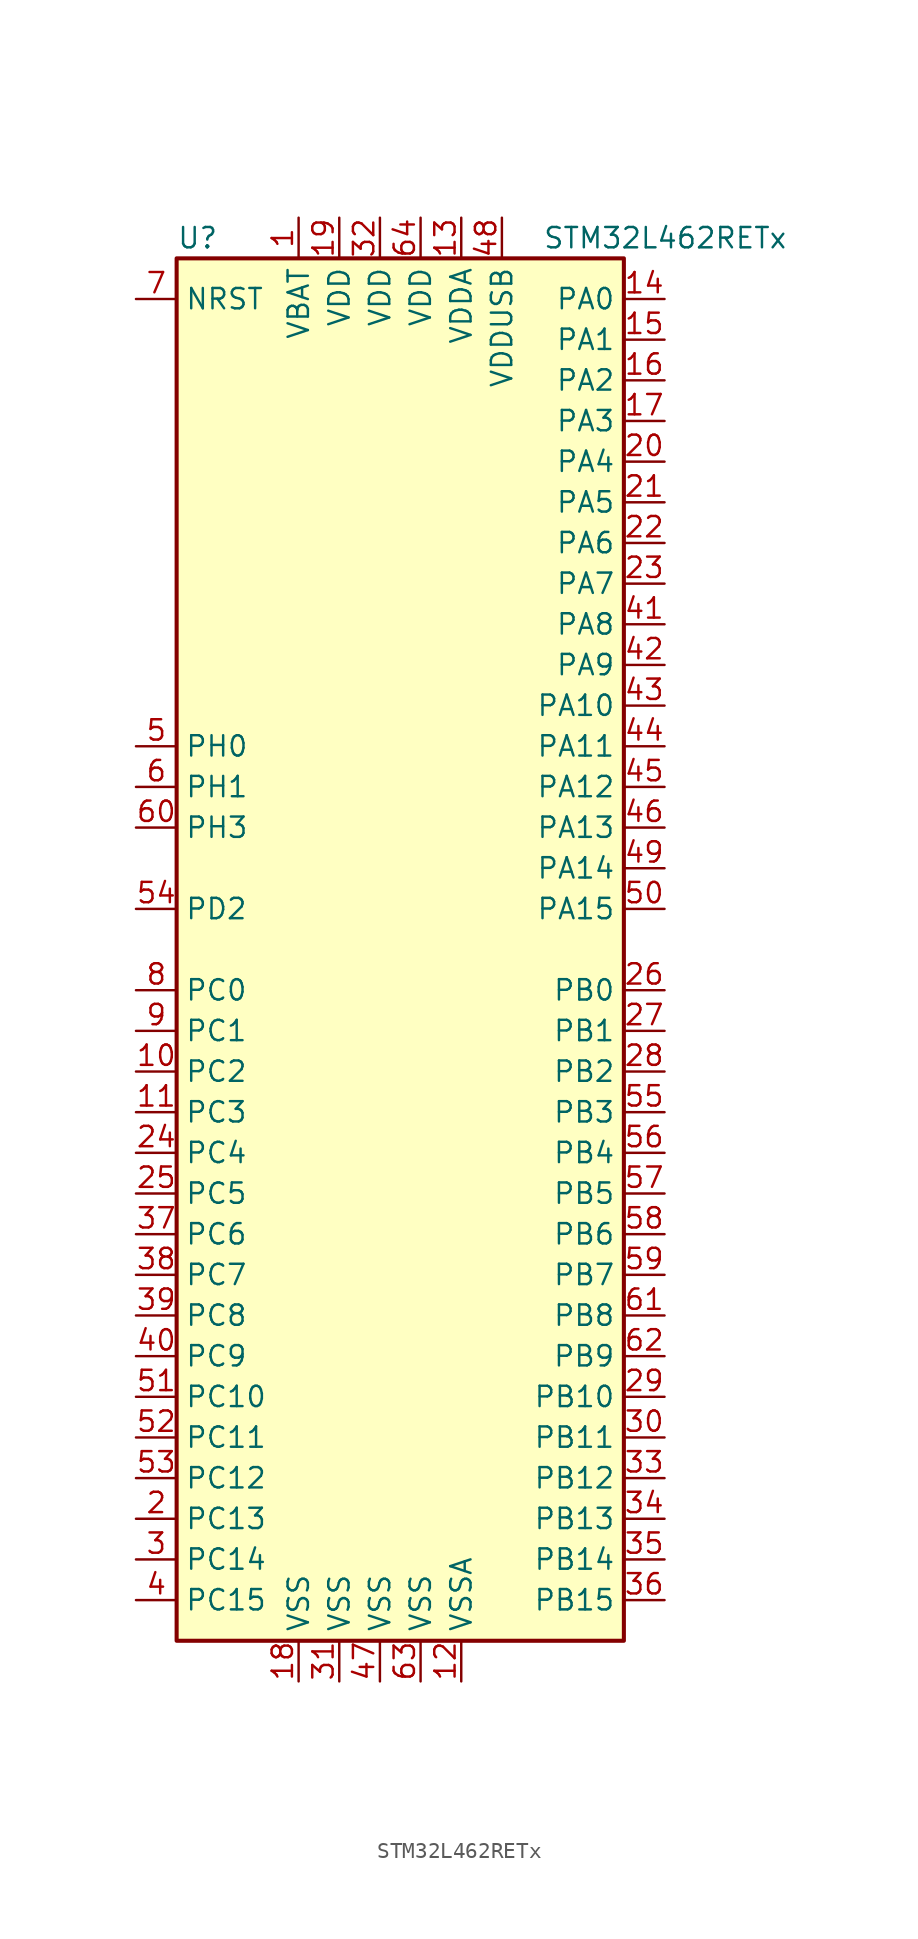
<source format=kicad_sym>
(kicad_symbol_lib
  (version 20201005)
  (generator kicad_symbol_editor)
  (symbol "MCU_ST_STM32L4:STM32L462RETx"
    (property "Reference" "U"
      (at -15.24 44.45 0)
      (effects (font (size 1.27 1.27)) (justify left)))
    (property "Value" "STM32L462RETx"
      (at 7.62 44.45 0)
      (effects (font (size 1.27 1.27)) (justify left)))
    (symbol "STM32L462RETx_0_1"
      (rectangle (start -15.24 -43.18) (end 12.7 43.18) (stroke (width 0.254)) (fill (type background))))
    (symbol "STM32L462RETx_1_1"
      (pin power_in line (at -7.62 45.72 270) (length 2.54) (name "VBAT" (effects (font (size 1.27 1.27)))) (number "1" (effects (font (size 1.27 1.27)))))
      (pin bidirectional line (at -17.78 -7.62 0) (length 2.54) (name "PC2" (effects (font (size 1.27 1.27)))) (number "10" (effects (font (size 1.27 1.27)))))
      (pin bidirectional line (at -17.78 -10.16 0) (length 2.54) (name "PC3" (effects (font (size 1.27 1.27)))) (number "11" (effects (font (size 1.27 1.27)))))
      (pin power_in line (at 2.54 -45.72 90) (length 2.54) (name "VSSA" (effects (font (size 1.27 1.27)))) (number "12" (effects (font (size 1.27 1.27)))))
      (pin power_in line (at 2.54 45.72 270) (length 2.54) (name "VDDA" (effects (font (size 1.27 1.27)))) (number "13" (effects (font (size 1.27 1.27)))))
      (pin bidirectional line (at 15.24 40.64 180) (length 2.54) (name "PA0" (effects (font (size 1.27 1.27)))) (number "14" (effects (font (size 1.27 1.27)))))
      (pin bidirectional line (at 15.24 38.1 180) (length 2.54) (name "PA1" (effects (font (size 1.27 1.27)))) (number "15" (effects (font (size 1.27 1.27)))))
      (pin bidirectional line (at 15.24 35.56 180) (length 2.54) (name "PA2" (effects (font (size 1.27 1.27)))) (number "16" (effects (font (size 1.27 1.27)))))
      (pin bidirectional line (at 15.24 33.02 180) (length 2.54) (name "PA3" (effects (font (size 1.27 1.27)))) (number "17" (effects (font (size 1.27 1.27)))))
      (pin power_in line (at -7.62 -45.72 90) (length 2.54) (name "VSS" (effects (font (size 1.27 1.27)))) (number "18" (effects (font (size 1.27 1.27)))))
      (pin power_in line (at -5.08 45.72 270) (length 2.54) (name "VDD" (effects (font (size 1.27 1.27)))) (number "19" (effects (font (size 1.27 1.27)))))
      (pin bidirectional line (at -17.78 -35.56 0) (length 2.54) (name "PC13" (effects (font (size 1.27 1.27)))) (number "2" (effects (font (size 1.27 1.27)))))
      (pin bidirectional line (at 15.24 30.48 180) (length 2.54) (name "PA4" (effects (font (size 1.27 1.27)))) (number "20" (effects (font (size 1.27 1.27)))))
      (pin bidirectional line (at 15.24 27.94 180) (length 2.54) (name "PA5" (effects (font (size 1.27 1.27)))) (number "21" (effects (font (size 1.27 1.27)))))
      (pin bidirectional line (at 15.24 25.4 180) (length 2.54) (name "PA6" (effects (font (size 1.27 1.27)))) (number "22" (effects (font (size 1.27 1.27)))))
      (pin bidirectional line (at 15.24 22.86 180) (length 2.54) (name "PA7" (effects (font (size 1.27 1.27)))) (number "23" (effects (font (size 1.27 1.27)))))
      (pin bidirectional line (at -17.78 -12.7 0) (length 2.54) (name "PC4" (effects (font (size 1.27 1.27)))) (number "24" (effects (font (size 1.27 1.27)))))
      (pin bidirectional line (at -17.78 -15.24 0) (length 2.54) (name "PC5" (effects (font (size 1.27 1.27)))) (number "25" (effects (font (size 1.27 1.27)))))
      (pin bidirectional line (at 15.24 -2.54 180) (length 2.54) (name "PB0" (effects (font (size 1.27 1.27)))) (number "26" (effects (font (size 1.27 1.27)))))
      (pin bidirectional line (at 15.24 -5.08 180) (length 2.54) (name "PB1" (effects (font (size 1.27 1.27)))) (number "27" (effects (font (size 1.27 1.27)))))
      (pin bidirectional line (at 15.24 -7.62 180) (length 2.54) (name "PB2" (effects (font (size 1.27 1.27)))) (number "28" (effects (font (size 1.27 1.27)))))
      (pin bidirectional line (at 15.24 -27.94 180) (length 2.54) (name "PB10" (effects (font (size 1.27 1.27)))) (number "29" (effects (font (size 1.27 1.27)))))
      (pin bidirectional line (at -17.78 -38.1 0) (length 2.54) (name "PC14" (effects (font (size 1.27 1.27)))) (number "3" (effects (font (size 1.27 1.27)))))
      (pin bidirectional line (at 15.24 -30.48 180) (length 2.54) (name "PB11" (effects (font (size 1.27 1.27)))) (number "30" (effects (font (size 1.27 1.27)))))
      (pin power_in line (at -5.08 -45.72 90) (length 2.54) (name "VSS" (effects (font (size 1.27 1.27)))) (number "31" (effects (font (size 1.27 1.27)))))
      (pin power_in line (at -2.54 45.72 270) (length 2.54) (name "VDD" (effects (font (size 1.27 1.27)))) (number "32" (effects (font (size 1.27 1.27)))))
      (pin bidirectional line (at 15.24 -33.02 180) (length 2.54) (name "PB12" (effects (font (size 1.27 1.27)))) (number "33" (effects (font (size 1.27 1.27)))))
      (pin bidirectional line (at 15.24 -35.56 180) (length 2.54) (name "PB13" (effects (font (size 1.27 1.27)))) (number "34" (effects (font (size 1.27 1.27)))))
      (pin bidirectional line (at 15.24 -38.1 180) (length 2.54) (name "PB14" (effects (font (size 1.27 1.27)))) (number "35" (effects (font (size 1.27 1.27)))))
      (pin bidirectional line (at 15.24 -40.64 180) (length 2.54) (name "PB15" (effects (font (size 1.27 1.27)))) (number "36" (effects (font (size 1.27 1.27)))))
      (pin bidirectional line (at -17.78 -17.78 0) (length 2.54) (name "PC6" (effects (font (size 1.27 1.27)))) (number "37" (effects (font (size 1.27 1.27)))))
      (pin bidirectional line (at -17.78 -20.32 0) (length 2.54) (name "PC7" (effects (font (size 1.27 1.27)))) (number "38" (effects (font (size 1.27 1.27)))))
      (pin bidirectional line (at -17.78 -22.86 0) (length 2.54) (name "PC8" (effects (font (size 1.27 1.27)))) (number "39" (effects (font (size 1.27 1.27)))))
      (pin bidirectional line (at -17.78 -40.64 0) (length 2.54) (name "PC15" (effects (font (size 1.27 1.27)))) (number "4" (effects (font (size 1.27 1.27)))))
      (pin bidirectional line (at -17.78 -25.4 0) (length 2.54) (name "PC9" (effects (font (size 1.27 1.27)))) (number "40" (effects (font (size 1.27 1.27)))))
      (pin bidirectional line (at 15.24 20.32 180) (length 2.54) (name "PA8" (effects (font (size 1.27 1.27)))) (number "41" (effects (font (size 1.27 1.27)))))
      (pin bidirectional line (at 15.24 17.78 180) (length 2.54) (name "PA9" (effects (font (size 1.27 1.27)))) (number "42" (effects (font (size 1.27 1.27)))))
      (pin bidirectional line (at 15.24 15.24 180) (length 2.54) (name "PA10" (effects (font (size 1.27 1.27)))) (number "43" (effects (font (size 1.27 1.27)))))
      (pin bidirectional line (at 15.24 12.7 180) (length 2.54) (name "PA11" (effects (font (size 1.27 1.27)))) (number "44" (effects (font (size 1.27 1.27)))))
      (pin bidirectional line (at 15.24 10.16 180) (length 2.54) (name "PA12" (effects (font (size 1.27 1.27)))) (number "45" (effects (font (size 1.27 1.27)))))
      (pin bidirectional line (at 15.24 7.62 180) (length 2.54) (name "PA13" (effects (font (size 1.27 1.27)))) (number "46" (effects (font (size 1.27 1.27)))))
      (pin power_in line (at -2.54 -45.72 90) (length 2.54) (name "VSS" (effects (font (size 1.27 1.27)))) (number "47" (effects (font (size 1.27 1.27)))))
      (pin power_in line (at 5.08 45.72 270) (length 2.54) (name "VDDUSB" (effects (font (size 1.27 1.27)))) (number "48" (effects (font (size 1.27 1.27)))))
      (pin bidirectional line (at 15.24 5.08 180) (length 2.54) (name "PA14" (effects (font (size 1.27 1.27)))) (number "49" (effects (font (size 1.27 1.27)))))
      (pin input line (at -17.78 12.7 0) (length 2.54) (name "PH0" (effects (font (size 1.27 1.27)))) (number "5" (effects (font (size 1.27 1.27)))))
      (pin bidirectional line (at 15.24 2.54 180) (length 2.54) (name "PA15" (effects (font (size 1.27 1.27)))) (number "50" (effects (font (size 1.27 1.27)))))
      (pin bidirectional line (at -17.78 -27.94 0) (length 2.54) (name "PC10" (effects (font (size 1.27 1.27)))) (number "51" (effects (font (size 1.27 1.27)))))
      (pin bidirectional line (at -17.78 -30.48 0) (length 2.54) (name "PC11" (effects (font (size 1.27 1.27)))) (number "52" (effects (font (size 1.27 1.27)))))
      (pin bidirectional line (at -17.78 -33.02 0) (length 2.54) (name "PC12" (effects (font (size 1.27 1.27)))) (number "53" (effects (font (size 1.27 1.27)))))
      (pin bidirectional line (at -17.78 2.54 0) (length 2.54) (name "PD2" (effects (font (size 1.27 1.27)))) (number "54" (effects (font (size 1.27 1.27)))))
      (pin bidirectional line (at 15.24 -10.16 180) (length 2.54) (name "PB3" (effects (font (size 1.27 1.27)))) (number "55" (effects (font (size 1.27 1.27)))))
      (pin bidirectional line (at 15.24 -12.7 180) (length 2.54) (name "PB4" (effects (font (size 1.27 1.27)))) (number "56" (effects (font (size 1.27 1.27)))))
      (pin bidirectional line (at 15.24 -15.24 180) (length 2.54) (name "PB5" (effects (font (size 1.27 1.27)))) (number "57" (effects (font (size 1.27 1.27)))))
      (pin bidirectional line (at 15.24 -17.78 180) (length 2.54) (name "PB6" (effects (font (size 1.27 1.27)))) (number "58" (effects (font (size 1.27 1.27)))))
      (pin bidirectional line (at 15.24 -20.32 180) (length 2.54) (name "PB7" (effects (font (size 1.27 1.27)))) (number "59" (effects (font (size 1.27 1.27)))))
      (pin input line (at -17.78 10.16 0) (length 2.54) (name "PH1" (effects (font (size 1.27 1.27)))) (number "6" (effects (font (size 1.27 1.27)))))
      (pin bidirectional line (at -17.78 7.62 0) (length 2.54) (name "PH3" (effects (font (size 1.27 1.27)))) (number "60" (effects (font (size 1.27 1.27)))))
      (pin bidirectional line (at 15.24 -22.86 180) (length 2.54) (name "PB8" (effects (font (size 1.27 1.27)))) (number "61" (effects (font (size 1.27 1.27)))))
      (pin bidirectional line (at 15.24 -25.4 180) (length 2.54) (name "PB9" (effects (font (size 1.27 1.27)))) (number "62" (effects (font (size 1.27 1.27)))))
      (pin power_in line (at 0 -45.72 90) (length 2.54) (name "VSS" (effects (font (size 1.27 1.27)))) (number "63" (effects (font (size 1.27 1.27)))))
      (pin power_in line (at 0 45.72 270) (length 2.54) (name "VDD" (effects (font (size 1.27 1.27)))) (number "64" (effects (font (size 1.27 1.27)))))
      (pin input line (at -17.78 40.64 0) (length 2.54) (name "NRST" (effects (font (size 1.27 1.27)))) (number "7" (effects (font (size 1.27 1.27)))))
      (pin bidirectional line (at -17.78 -2.54 0) (length 2.54) (name "PC0" (effects (font (size 1.27 1.27)))) (number "8" (effects (font (size 1.27 1.27)))))
      (pin bidirectional line (at -17.78 -5.08 0) (length 2.54) (name "PC1" (effects (font (size 1.27 1.27)))) (number "9" (effects (font (size 1.27 1.27))))))))
</source>
